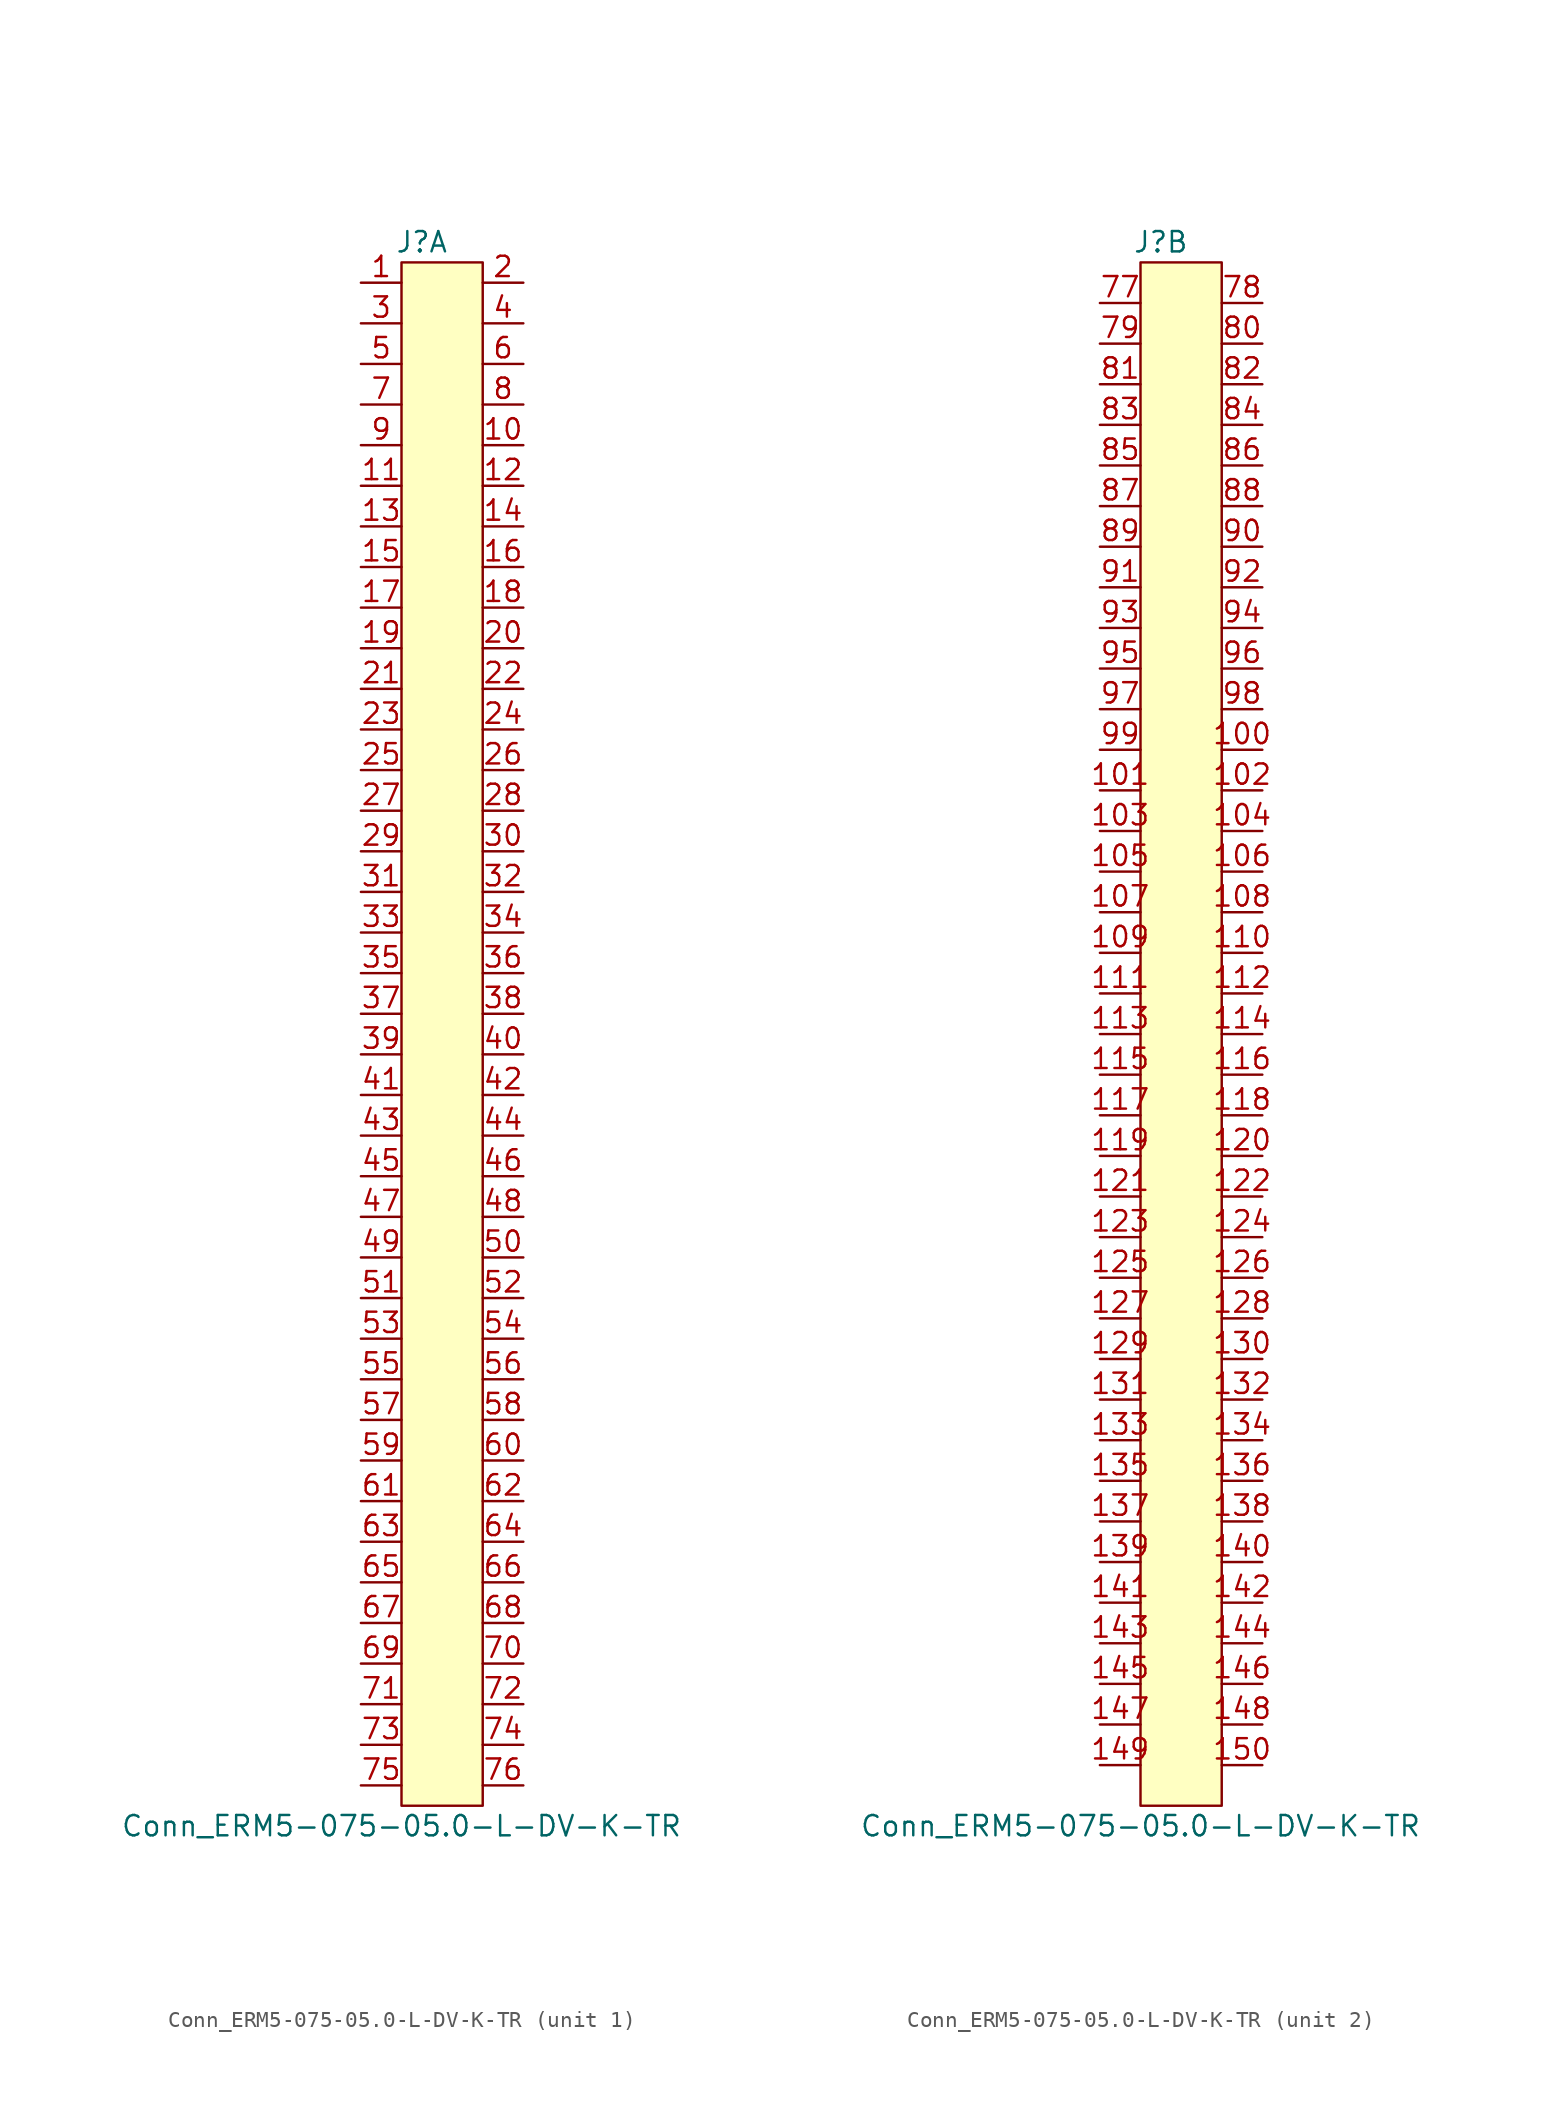
<source format=kicad_sym>
(kicad_symbol_lib
  (version 20211014)
  (generator kicad_symbol_editor)
  (symbol "Conn_ERM5-075-05.0-L-DV-K-TR"
    (pin_names hide)
    (property "Reference" "J"
      (at -1.27 52.07 0)
      (effects (font (size 1.27 1.27))))
    (property "Value" "Conn_ERM5-075-05.0-L-DV-K-TR"
      (at -2.54 -46.99 0)
      (effects (font (size 1.27 1.27))))
    (property "ki_locked" ""
      (at 0 0 0)
      (effects (font (size 1.27 1.27))))
    (symbol "Conn_ERM5-075-05.0-L-DV-K-TR_1_1"
      (rectangle (start -2.54 50.8) (end 2.54 -45.72) (stroke (width 0) (type default) (color 0 0 0 0)) (fill (type background)))
      (pin passive line (at -5.08 49.53 0) (length 2.54) (name "1" (effects (font (size 1.27 1.27)))) (number "1" (effects (font (size 1.27 1.27)))))
      (pin passive line (at 5.08 39.37 180) (length 2.54) (name "10" (effects (font (size 1.27 1.27)))) (number "10" (effects (font (size 1.27 1.27)))))
      (pin passive line (at -5.08 36.83 0) (length 2.54) (name "11" (effects (font (size 1.27 1.27)))) (number "11" (effects (font (size 1.27 1.27)))))
      (pin passive line (at 5.08 36.83 180) (length 2.54) (name "12" (effects (font (size 1.27 1.27)))) (number "12" (effects (font (size 1.27 1.27)))))
      (pin passive line (at -5.08 34.29 0) (length 2.54) (name "13" (effects (font (size 1.27 1.27)))) (number "13" (effects (font (size 1.27 1.27)))))
      (pin passive line (at 5.08 34.29 180) (length 2.54) (name "14" (effects (font (size 1.27 1.27)))) (number "14" (effects (font (size 1.27 1.27)))))
      (pin passive line (at -5.08 31.75 0) (length 2.54) (name "15" (effects (font (size 1.27 1.27)))) (number "15" (effects (font (size 1.27 1.27)))))
      (pin passive line (at 5.08 31.75 180) (length 2.54) (name "16" (effects (font (size 1.27 1.27)))) (number "16" (effects (font (size 1.27 1.27)))))
      (pin passive line (at -5.08 29.21 0) (length 2.54) (name "17" (effects (font (size 1.27 1.27)))) (number "17" (effects (font (size 1.27 1.27)))))
      (pin passive line (at 5.08 29.21 180) (length 2.54) (name "18" (effects (font (size 1.27 1.27)))) (number "18" (effects (font (size 1.27 1.27)))))
      (pin passive line (at -5.08 26.67 0) (length 2.54) (name "19" (effects (font (size 1.27 1.27)))) (number "19" (effects (font (size 1.27 1.27)))))
      (pin passive line (at 5.08 49.53 180) (length 2.54) (name "2" (effects (font (size 1.27 1.27)))) (number "2" (effects (font (size 1.27 1.27)))))
      (pin passive line (at 5.08 26.67 180) (length 2.54) (name "20" (effects (font (size 1.27 1.27)))) (number "20" (effects (font (size 1.27 1.27)))))
      (pin passive line (at -5.08 24.13 0) (length 2.54) (name "21" (effects (font (size 1.27 1.27)))) (number "21" (effects (font (size 1.27 1.27)))))
      (pin passive line (at 5.08 24.13 180) (length 2.54) (name "22" (effects (font (size 1.27 1.27)))) (number "22" (effects (font (size 1.27 1.27)))))
      (pin passive line (at -5.08 21.59 0) (length 2.54) (name "23" (effects (font (size 1.27 1.27)))) (number "23" (effects (font (size 1.27 1.27)))))
      (pin passive line (at 5.08 21.59 180) (length 2.54) (name "24" (effects (font (size 1.27 1.27)))) (number "24" (effects (font (size 1.27 1.27)))))
      (pin passive line (at -5.08 19.05 0) (length 2.54) (name "25" (effects (font (size 1.27 1.27)))) (number "25" (effects (font (size 1.27 1.27)))))
      (pin passive line (at 5.08 19.05 180) (length 2.54) (name "26" (effects (font (size 1.27 1.27)))) (number "26" (effects (font (size 1.27 1.27)))))
      (pin passive line (at -5.08 16.51 0) (length 2.54) (name "27" (effects (font (size 1.27 1.27)))) (number "27" (effects (font (size 1.27 1.27)))))
      (pin passive line (at 5.08 16.51 180) (length 2.54) (name "28" (effects (font (size 1.27 1.27)))) (number "28" (effects (font (size 1.27 1.27)))))
      (pin passive line (at -5.08 13.97 0) (length 2.54) (name "29" (effects (font (size 1.27 1.27)))) (number "29" (effects (font (size 1.27 1.27)))))
      (pin passive line (at -5.08 46.99 0) (length 2.54) (name "3" (effects (font (size 1.27 1.27)))) (number "3" (effects (font (size 1.27 1.27)))))
      (pin passive line (at 5.08 13.97 180) (length 2.54) (name "30" (effects (font (size 1.27 1.27)))) (number "30" (effects (font (size 1.27 1.27)))))
      (pin passive line (at -5.08 11.43 0) (length 2.54) (name "31" (effects (font (size 1.27 1.27)))) (number "31" (effects (font (size 1.27 1.27)))))
      (pin passive line (at 5.08 11.43 180) (length 2.54) (name "32" (effects (font (size 1.27 1.27)))) (number "32" (effects (font (size 1.27 1.27)))))
      (pin passive line (at -5.08 8.89 0) (length 2.54) (name "33" (effects (font (size 1.27 1.27)))) (number "33" (effects (font (size 1.27 1.27)))))
      (pin passive line (at 5.08 8.89 180) (length 2.54) (name "34" (effects (font (size 1.27 1.27)))) (number "34" (effects (font (size 1.27 1.27)))))
      (pin passive line (at -5.08 6.35 0) (length 2.54) (name "35" (effects (font (size 1.27 1.27)))) (number "35" (effects (font (size 1.27 1.27)))))
      (pin passive line (at 5.08 6.35 180) (length 2.54) (name "36" (effects (font (size 1.27 1.27)))) (number "36" (effects (font (size 1.27 1.27)))))
      (pin passive line (at -5.08 3.81 0) (length 2.54) (name "37" (effects (font (size 1.27 1.27)))) (number "37" (effects (font (size 1.27 1.27)))))
      (pin passive line (at 5.08 3.81 180) (length 2.54) (name "38" (effects (font (size 1.27 1.27)))) (number "38" (effects (font (size 1.27 1.27)))))
      (pin passive line (at -5.08 1.27 0) (length 2.54) (name "39" (effects (font (size 1.27 1.27)))) (number "39" (effects (font (size 1.27 1.27)))))
      (pin passive line (at 5.08 46.99 180) (length 2.54) (name "4" (effects (font (size 1.27 1.27)))) (number "4" (effects (font (size 1.27 1.27)))))
      (pin passive line (at 5.08 1.27 180) (length 2.54) (name "40" (effects (font (size 1.27 1.27)))) (number "40" (effects (font (size 1.27 1.27)))))
      (pin passive line (at -5.08 -1.27 0) (length 2.54) (name "41" (effects (font (size 1.27 1.27)))) (number "41" (effects (font (size 1.27 1.27)))))
      (pin passive line (at 5.08 -1.27 180) (length 2.54) (name "42" (effects (font (size 1.27 1.27)))) (number "42" (effects (font (size 1.27 1.27)))))
      (pin passive line (at -5.08 -3.81 0) (length 2.54) (name "43" (effects (font (size 1.27 1.27)))) (number "43" (effects (font (size 1.27 1.27)))))
      (pin passive line (at 5.08 -3.81 180) (length 2.54) (name "44" (effects (font (size 1.27 1.27)))) (number "44" (effects (font (size 1.27 1.27)))))
      (pin passive line (at -5.08 -6.35 0) (length 2.54) (name "45" (effects (font (size 1.27 1.27)))) (number "45" (effects (font (size 1.27 1.27)))))
      (pin passive line (at 5.08 -6.35 180) (length 2.54) (name "46" (effects (font (size 1.27 1.27)))) (number "46" (effects (font (size 1.27 1.27)))))
      (pin passive line (at -5.08 -8.89 0) (length 2.54) (name "47" (effects (font (size 1.27 1.27)))) (number "47" (effects (font (size 1.27 1.27)))))
      (pin passive line (at 5.08 -8.89 180) (length 2.54) (name "48" (effects (font (size 1.27 1.27)))) (number "48" (effects (font (size 1.27 1.27)))))
      (pin passive line (at -5.08 -11.43 0) (length 2.54) (name "49" (effects (font (size 1.27 1.27)))) (number "49" (effects (font (size 1.27 1.27)))))
      (pin passive line (at -5.08 44.45 0) (length 2.54) (name "5" (effects (font (size 1.27 1.27)))) (number "5" (effects (font (size 1.27 1.27)))))
      (pin passive line (at 5.08 -11.43 180) (length 2.54) (name "50" (effects (font (size 1.27 1.27)))) (number "50" (effects (font (size 1.27 1.27)))))
      (pin passive line (at -5.08 -13.97 0) (length 2.54) (name "51" (effects (font (size 1.27 1.27)))) (number "51" (effects (font (size 1.27 1.27)))))
      (pin passive line (at 5.08 -13.97 180) (length 2.54) (name "52" (effects (font (size 1.27 1.27)))) (number "52" (effects (font (size 1.27 1.27)))))
      (pin passive line (at -5.08 -16.51 0) (length 2.54) (name "53" (effects (font (size 1.27 1.27)))) (number "53" (effects (font (size 1.27 1.27)))))
      (pin passive line (at 5.08 -16.51 180) (length 2.54) (name "54" (effects (font (size 1.27 1.27)))) (number "54" (effects (font (size 1.27 1.27)))))
      (pin passive line (at -5.08 -19.05 0) (length 2.54) (name "55" (effects (font (size 1.27 1.27)))) (number "55" (effects (font (size 1.27 1.27)))))
      (pin passive line (at 5.08 -19.05 180) (length 2.54) (name "56" (effects (font (size 1.27 1.27)))) (number "56" (effects (font (size 1.27 1.27)))))
      (pin passive line (at -5.08 -21.59 0) (length 2.54) (name "57" (effects (font (size 1.27 1.27)))) (number "57" (effects (font (size 1.27 1.27)))))
      (pin passive line (at 5.08 -21.59 180) (length 2.54) (name "58" (effects (font (size 1.27 1.27)))) (number "58" (effects (font (size 1.27 1.27)))))
      (pin passive line (at -5.08 -24.13 0) (length 2.54) (name "59" (effects (font (size 1.27 1.27)))) (number "59" (effects (font (size 1.27 1.27)))))
      (pin passive line (at 5.08 44.45 180) (length 2.54) (name "6" (effects (font (size 1.27 1.27)))) (number "6" (effects (font (size 1.27 1.27)))))
      (pin passive line (at 5.08 -24.13 180) (length 2.54) (name "60" (effects (font (size 1.27 1.27)))) (number "60" (effects (font (size 1.27 1.27)))))
      (pin passive line (at -5.08 -26.67 0) (length 2.54) (name "61" (effects (font (size 1.27 1.27)))) (number "61" (effects (font (size 1.27 1.27)))))
      (pin passive line (at 5.08 -26.67 180) (length 2.54) (name "62" (effects (font (size 1.27 1.27)))) (number "62" (effects (font (size 1.27 1.27)))))
      (pin passive line (at -5.08 -29.21 0) (length 2.54) (name "63" (effects (font (size 1.27 1.27)))) (number "63" (effects (font (size 1.27 1.27)))))
      (pin passive line (at 5.08 -29.21 180) (length 2.54) (name "64" (effects (font (size 1.27 1.27)))) (number "64" (effects (font (size 1.27 1.27)))))
      (pin passive line (at -5.08 -31.75 0) (length 2.54) (name "65" (effects (font (size 1.27 1.27)))) (number "65" (effects (font (size 1.27 1.27)))))
      (pin passive line (at 5.08 -31.75 180) (length 2.54) (name "66" (effects (font (size 1.27 1.27)))) (number "66" (effects (font (size 1.27 1.27)))))
      (pin passive line (at -5.08 -34.29 0) (length 2.54) (name "67" (effects (font (size 1.27 1.27)))) (number "67" (effects (font (size 1.27 1.27)))))
      (pin passive line (at 5.08 -34.29 180) (length 2.54) (name "68" (effects (font (size 1.27 1.27)))) (number "68" (effects (font (size 1.27 1.27)))))
      (pin passive line (at -5.08 -36.83 0) (length 2.54) (name "69" (effects (font (size 1.27 1.27)))) (number "69" (effects (font (size 1.27 1.27)))))
      (pin passive line (at -5.08 41.91 0) (length 2.54) (name "7" (effects (font (size 1.27 1.27)))) (number "7" (effects (font (size 1.27 1.27)))))
      (pin passive line (at 5.08 -36.83 180) (length 2.54) (name "70" (effects (font (size 1.27 1.27)))) (number "70" (effects (font (size 1.27 1.27)))))
      (pin passive line (at -5.08 -39.37 0) (length 2.54) (name "71" (effects (font (size 1.27 1.27)))) (number "71" (effects (font (size 1.27 1.27)))))
      (pin passive line (at 5.08 -39.37 180) (length 2.54) (name "72" (effects (font (size 1.27 1.27)))) (number "72" (effects (font (size 1.27 1.27)))))
      (pin passive line (at -5.08 -41.91 0) (length 2.54) (name "73" (effects (font (size 1.27 1.27)))) (number "73" (effects (font (size 1.27 1.27)))))
      (pin passive line (at 5.08 -41.91 180) (length 2.54) (name "74" (effects (font (size 1.27 1.27)))) (number "74" (effects (font (size 1.27 1.27)))))
      (pin passive line (at -5.08 -44.45 0) (length 2.54) (name "75" (effects (font (size 1.27 1.27)))) (number "75" (effects (font (size 1.27 1.27)))))
      (pin passive line (at 5.08 -44.45 180) (length 2.54) (name "76" (effects (font (size 1.27 1.27)))) (number "76" (effects (font (size 1.27 1.27)))))
      (pin passive line (at 5.08 41.91 180) (length 2.54) (name "8" (effects (font (size 1.27 1.27)))) (number "8" (effects (font (size 1.27 1.27)))))
      (pin passive line (at -5.08 39.37 0) (length 2.54) (name "9" (effects (font (size 1.27 1.27)))) (number "9" (effects (font (size 1.27 1.27))))))
    (symbol "Conn_ERM5-075-05.0-L-DV-K-TR_2_1"
      (rectangle (start -2.54 50.8) (end 2.54 -45.72) (stroke (width 0) (type default) (color 0 0 0 0)) (fill (type background)))
      (pin passive line (at 5.08 20.32 180) (length 2.54) (name "100" (effects (font (size 1.27 1.27)))) (number "100" (effects (font (size 1.27 1.27)))))
      (pin passive line (at -5.08 17.78 0) (length 2.54) (name "101" (effects (font (size 1.27 1.27)))) (number "101" (effects (font (size 1.27 1.27)))))
      (pin passive line (at 5.08 17.78 180) (length 2.54) (name "102" (effects (font (size 1.27 1.27)))) (number "102" (effects (font (size 1.27 1.27)))))
      (pin passive line (at -5.08 15.24 0) (length 2.54) (name "103" (effects (font (size 1.27 1.27)))) (number "103" (effects (font (size 1.27 1.27)))))
      (pin passive line (at 5.08 15.24 180) (length 2.54) (name "104" (effects (font (size 1.27 1.27)))) (number "104" (effects (font (size 1.27 1.27)))))
      (pin passive line (at -5.08 12.7 0) (length 2.54) (name "105" (effects (font (size 1.27 1.27)))) (number "105" (effects (font (size 1.27 1.27)))))
      (pin passive line (at 5.08 12.7 180) (length 2.54) (name "106" (effects (font (size 1.27 1.27)))) (number "106" (effects (font (size 1.27 1.27)))))
      (pin passive line (at -5.08 10.16 0) (length 2.54) (name "107" (effects (font (size 1.27 1.27)))) (number "107" (effects (font (size 1.27 1.27)))))
      (pin passive line (at 5.08 10.16 180) (length 2.54) (name "108" (effects (font (size 1.27 1.27)))) (number "108" (effects (font (size 1.27 1.27)))))
      (pin passive line (at -5.08 7.62 0) (length 2.54) (name "109" (effects (font (size 1.27 1.27)))) (number "109" (effects (font (size 1.27 1.27)))))
      (pin passive line (at 5.08 7.62 180) (length 2.54) (name "110" (effects (font (size 1.27 1.27)))) (number "110" (effects (font (size 1.27 1.27)))))
      (pin passive line (at -5.08 5.08 0) (length 2.54) (name "111" (effects (font (size 1.27 1.27)))) (number "111" (effects (font (size 1.27 1.27)))))
      (pin passive line (at 5.08 5.08 180) (length 2.54) (name "112" (effects (font (size 1.27 1.27)))) (number "112" (effects (font (size 1.27 1.27)))))
      (pin passive line (at -5.08 2.54 0) (length 2.54) (name "113" (effects (font (size 1.27 1.27)))) (number "113" (effects (font (size 1.27 1.27)))))
      (pin passive line (at 5.08 2.54 180) (length 2.54) (name "114" (effects (font (size 1.27 1.27)))) (number "114" (effects (font (size 1.27 1.27)))))
      (pin passive line (at -5.08 0 0) (length 2.54) (name "115" (effects (font (size 1.27 1.27)))) (number "115" (effects (font (size 1.27 1.27)))))
      (pin passive line (at 5.08 0 180) (length 2.54) (name "116" (effects (font (size 1.27 1.27)))) (number "116" (effects (font (size 1.27 1.27)))))
      (pin passive line (at -5.08 -2.54 0) (length 2.54) (name "117" (effects (font (size 1.27 1.27)))) (number "117" (effects (font (size 1.27 1.27)))))
      (pin passive line (at 5.08 -2.54 180) (length 2.54) (name "118" (effects (font (size 1.27 1.27)))) (number "118" (effects (font (size 1.27 1.27)))))
      (pin passive line (at -5.08 -5.08 0) (length 2.54) (name "119" (effects (font (size 1.27 1.27)))) (number "119" (effects (font (size 1.27 1.27)))))
      (pin passive line (at 5.08 -5.08 180) (length 2.54) (name "120" (effects (font (size 1.27 1.27)))) (number "120" (effects (font (size 1.27 1.27)))))
      (pin passive line (at -5.08 -7.62 0) (length 2.54) (name "121" (effects (font (size 1.27 1.27)))) (number "121" (effects (font (size 1.27 1.27)))))
      (pin passive line (at 5.08 -7.62 180) (length 2.54) (name "122" (effects (font (size 1.27 1.27)))) (number "122" (effects (font (size 1.27 1.27)))))
      (pin passive line (at -5.08 -10.16 0) (length 2.54) (name "123" (effects (font (size 1.27 1.27)))) (number "123" (effects (font (size 1.27 1.27)))))
      (pin passive line (at 5.08 -10.16 180) (length 2.54) (name "124" (effects (font (size 1.27 1.27)))) (number "124" (effects (font (size 1.27 1.27)))))
      (pin passive line (at -5.08 -12.7 0) (length 2.54) (name "125" (effects (font (size 1.27 1.27)))) (number "125" (effects (font (size 1.27 1.27)))))
      (pin passive line (at 5.08 -12.7 180) (length 2.54) (name "126" (effects (font (size 1.27 1.27)))) (number "126" (effects (font (size 1.27 1.27)))))
      (pin passive line (at -5.08 -15.24 0) (length 2.54) (name "127" (effects (font (size 1.27 1.27)))) (number "127" (effects (font (size 1.27 1.27)))))
      (pin passive line (at 5.08 -15.24 180) (length 2.54) (name "128" (effects (font (size 1.27 1.27)))) (number "128" (effects (font (size 1.27 1.27)))))
      (pin passive line (at -5.08 -17.78 0) (length 2.54) (name "129" (effects (font (size 1.27 1.27)))) (number "129" (effects (font (size 1.27 1.27)))))
      (pin passive line (at 5.08 -17.78 180) (length 2.54) (name "130" (effects (font (size 1.27 1.27)))) (number "130" (effects (font (size 1.27 1.27)))))
      (pin passive line (at -5.08 -20.32 0) (length 2.54) (name "131" (effects (font (size 1.27 1.27)))) (number "131" (effects (font (size 1.27 1.27)))))
      (pin passive line (at 5.08 -20.32 180) (length 2.54) (name "132" (effects (font (size 1.27 1.27)))) (number "132" (effects (font (size 1.27 1.27)))))
      (pin passive line (at -5.08 -22.86 0) (length 2.54) (name "133" (effects (font (size 1.27 1.27)))) (number "133" (effects (font (size 1.27 1.27)))))
      (pin passive line (at 5.08 -22.86 180) (length 2.54) (name "134" (effects (font (size 1.27 1.27)))) (number "134" (effects (font (size 1.27 1.27)))))
      (pin passive line (at -5.08 -25.4 0) (length 2.54) (name "135" (effects (font (size 1.27 1.27)))) (number "135" (effects (font (size 1.27 1.27)))))
      (pin passive line (at 5.08 -25.4 180) (length 2.54) (name "136" (effects (font (size 1.27 1.27)))) (number "136" (effects (font (size 1.27 1.27)))))
      (pin passive line (at -5.08 -27.94 0) (length 2.54) (name "137" (effects (font (size 1.27 1.27)))) (number "137" (effects (font (size 1.27 1.27)))))
      (pin passive line (at 5.08 -27.94 180) (length 2.54) (name "138" (effects (font (size 1.27 1.27)))) (number "138" (effects (font (size 1.27 1.27)))))
      (pin passive line (at -5.08 -30.48 0) (length 2.54) (name "139" (effects (font (size 1.27 1.27)))) (number "139" (effects (font (size 1.27 1.27)))))
      (pin passive line (at 5.08 -30.48 180) (length 2.54) (name "140" (effects (font (size 1.27 1.27)))) (number "140" (effects (font (size 1.27 1.27)))))
      (pin passive line (at -5.08 -33.02 0) (length 2.54) (name "141" (effects (font (size 1.27 1.27)))) (number "141" (effects (font (size 1.27 1.27)))))
      (pin passive line (at 5.08 -33.02 180) (length 2.54) (name "142" (effects (font (size 1.27 1.27)))) (number "142" (effects (font (size 1.27 1.27)))))
      (pin passive line (at -5.08 -35.56 0) (length 2.54) (name "143" (effects (font (size 1.27 1.27)))) (number "143" (effects (font (size 1.27 1.27)))))
      (pin passive line (at 5.08 -35.56 180) (length 2.54) (name "144" (effects (font (size 1.27 1.27)))) (number "144" (effects (font (size 1.27 1.27)))))
      (pin passive line (at -5.08 -38.1 0) (length 2.54) (name "145" (effects (font (size 1.27 1.27)))) (number "145" (effects (font (size 1.27 1.27)))))
      (pin passive line (at 5.08 -38.1 180) (length 2.54) (name "146" (effects (font (size 1.27 1.27)))) (number "146" (effects (font (size 1.27 1.27)))))
      (pin passive line (at -5.08 -40.64 0) (length 2.54) (name "147" (effects (font (size 1.27 1.27)))) (number "147" (effects (font (size 1.27 1.27)))))
      (pin passive line (at 5.08 -40.64 180) (length 2.54) (name "148" (effects (font (size 1.27 1.27)))) (number "148" (effects (font (size 1.27 1.27)))))
      (pin passive line (at -5.08 -43.18 0) (length 2.54) (name "149" (effects (font (size 1.27 1.27)))) (number "149" (effects (font (size 1.27 1.27)))))
      (pin passive line (at 5.08 -43.18 180) (length 2.54) (name "150" (effects (font (size 1.27 1.27)))) (number "150" (effects (font (size 1.27 1.27)))))
      (pin passive line (at -5.08 48.26 0) (length 2.54) (name "77" (effects (font (size 1.27 1.27)))) (number "77" (effects (font (size 1.27 1.27)))))
      (pin passive line (at 5.08 48.26 180) (length 2.54) (name "78" (effects (font (size 1.27 1.27)))) (number "78" (effects (font (size 1.27 1.27)))))
      (pin passive line (at -5.08 45.72 0) (length 2.54) (name "79" (effects (font (size 1.27 1.27)))) (number "79" (effects (font (size 1.27 1.27)))))
      (pin passive line (at 5.08 45.72 180) (length 2.54) (name "80" (effects (font (size 1.27 1.27)))) (number "80" (effects (font (size 1.27 1.27)))))
      (pin passive line (at -5.08 43.18 0) (length 2.54) (name "81" (effects (font (size 1.27 1.27)))) (number "81" (effects (font (size 1.27 1.27)))))
      (pin passive line (at 5.08 43.18 180) (length 2.54) (name "82" (effects (font (size 1.27 1.27)))) (number "82" (effects (font (size 1.27 1.27)))))
      (pin passive line (at -5.08 40.64 0) (length 2.54) (name "83" (effects (font (size 1.27 1.27)))) (number "83" (effects (font (size 1.27 1.27)))))
      (pin passive line (at 5.08 40.64 180) (length 2.54) (name "84" (effects (font (size 1.27 1.27)))) (number "84" (effects (font (size 1.27 1.27)))))
      (pin passive line (at -5.08 38.1 0) (length 2.54) (name "85" (effects (font (size 1.27 1.27)))) (number "85" (effects (font (size 1.27 1.27)))))
      (pin passive line (at 5.08 38.1 180) (length 2.54) (name "86" (effects (font (size 1.27 1.27)))) (number "86" (effects (font (size 1.27 1.27)))))
      (pin passive line (at -5.08 35.56 0) (length 2.54) (name "87" (effects (font (size 1.27 1.27)))) (number "87" (effects (font (size 1.27 1.27)))))
      (pin passive line (at 5.08 35.56 180) (length 2.54) (name "88" (effects (font (size 1.27 1.27)))) (number "88" (effects (font (size 1.27 1.27)))))
      (pin passive line (at -5.08 33.02 0) (length 2.54) (name "89" (effects (font (size 1.27 1.27)))) (number "89" (effects (font (size 1.27 1.27)))))
      (pin passive line (at 5.08 33.02 180) (length 2.54) (name "90" (effects (font (size 1.27 1.27)))) (number "90" (effects (font (size 1.27 1.27)))))
      (pin passive line (at -5.08 30.48 0) (length 2.54) (name "91" (effects (font (size 1.27 1.27)))) (number "91" (effects (font (size 1.27 1.27)))))
      (pin passive line (at 5.08 30.48 180) (length 2.54) (name "92" (effects (font (size 1.27 1.27)))) (number "92" (effects (font (size 1.27 1.27)))))
      (pin passive line (at -5.08 27.94 0) (length 2.54) (name "93" (effects (font (size 1.27 1.27)))) (number "93" (effects (font (size 1.27 1.27)))))
      (pin passive line (at 5.08 27.94 180) (length 2.54) (name "94" (effects (font (size 1.27 1.27)))) (number "94" (effects (font (size 1.27 1.27)))))
      (pin passive line (at -5.08 25.4 0) (length 2.54) (name "95" (effects (font (size 1.27 1.27)))) (number "95" (effects (font (size 1.27 1.27)))))
      (pin passive line (at 5.08 25.4 180) (length 2.54) (name "96" (effects (font (size 1.27 1.27)))) (number "96" (effects (font (size 1.27 1.27)))))
      (pin passive line (at -5.08 22.86 0) (length 2.54) (name "97" (effects (font (size 1.27 1.27)))) (number "97" (effects (font (size 1.27 1.27)))))
      (pin passive line (at 5.08 22.86 180) (length 2.54) (name "98" (effects (font (size 1.27 1.27)))) (number "98" (effects (font (size 1.27 1.27)))))
      (pin passive line (at -5.08 20.32 0) (length 2.54) (name "99" (effects (font (size 1.27 1.27)))) (number "99" (effects (font (size 1.27 1.27))))))))
</source>
